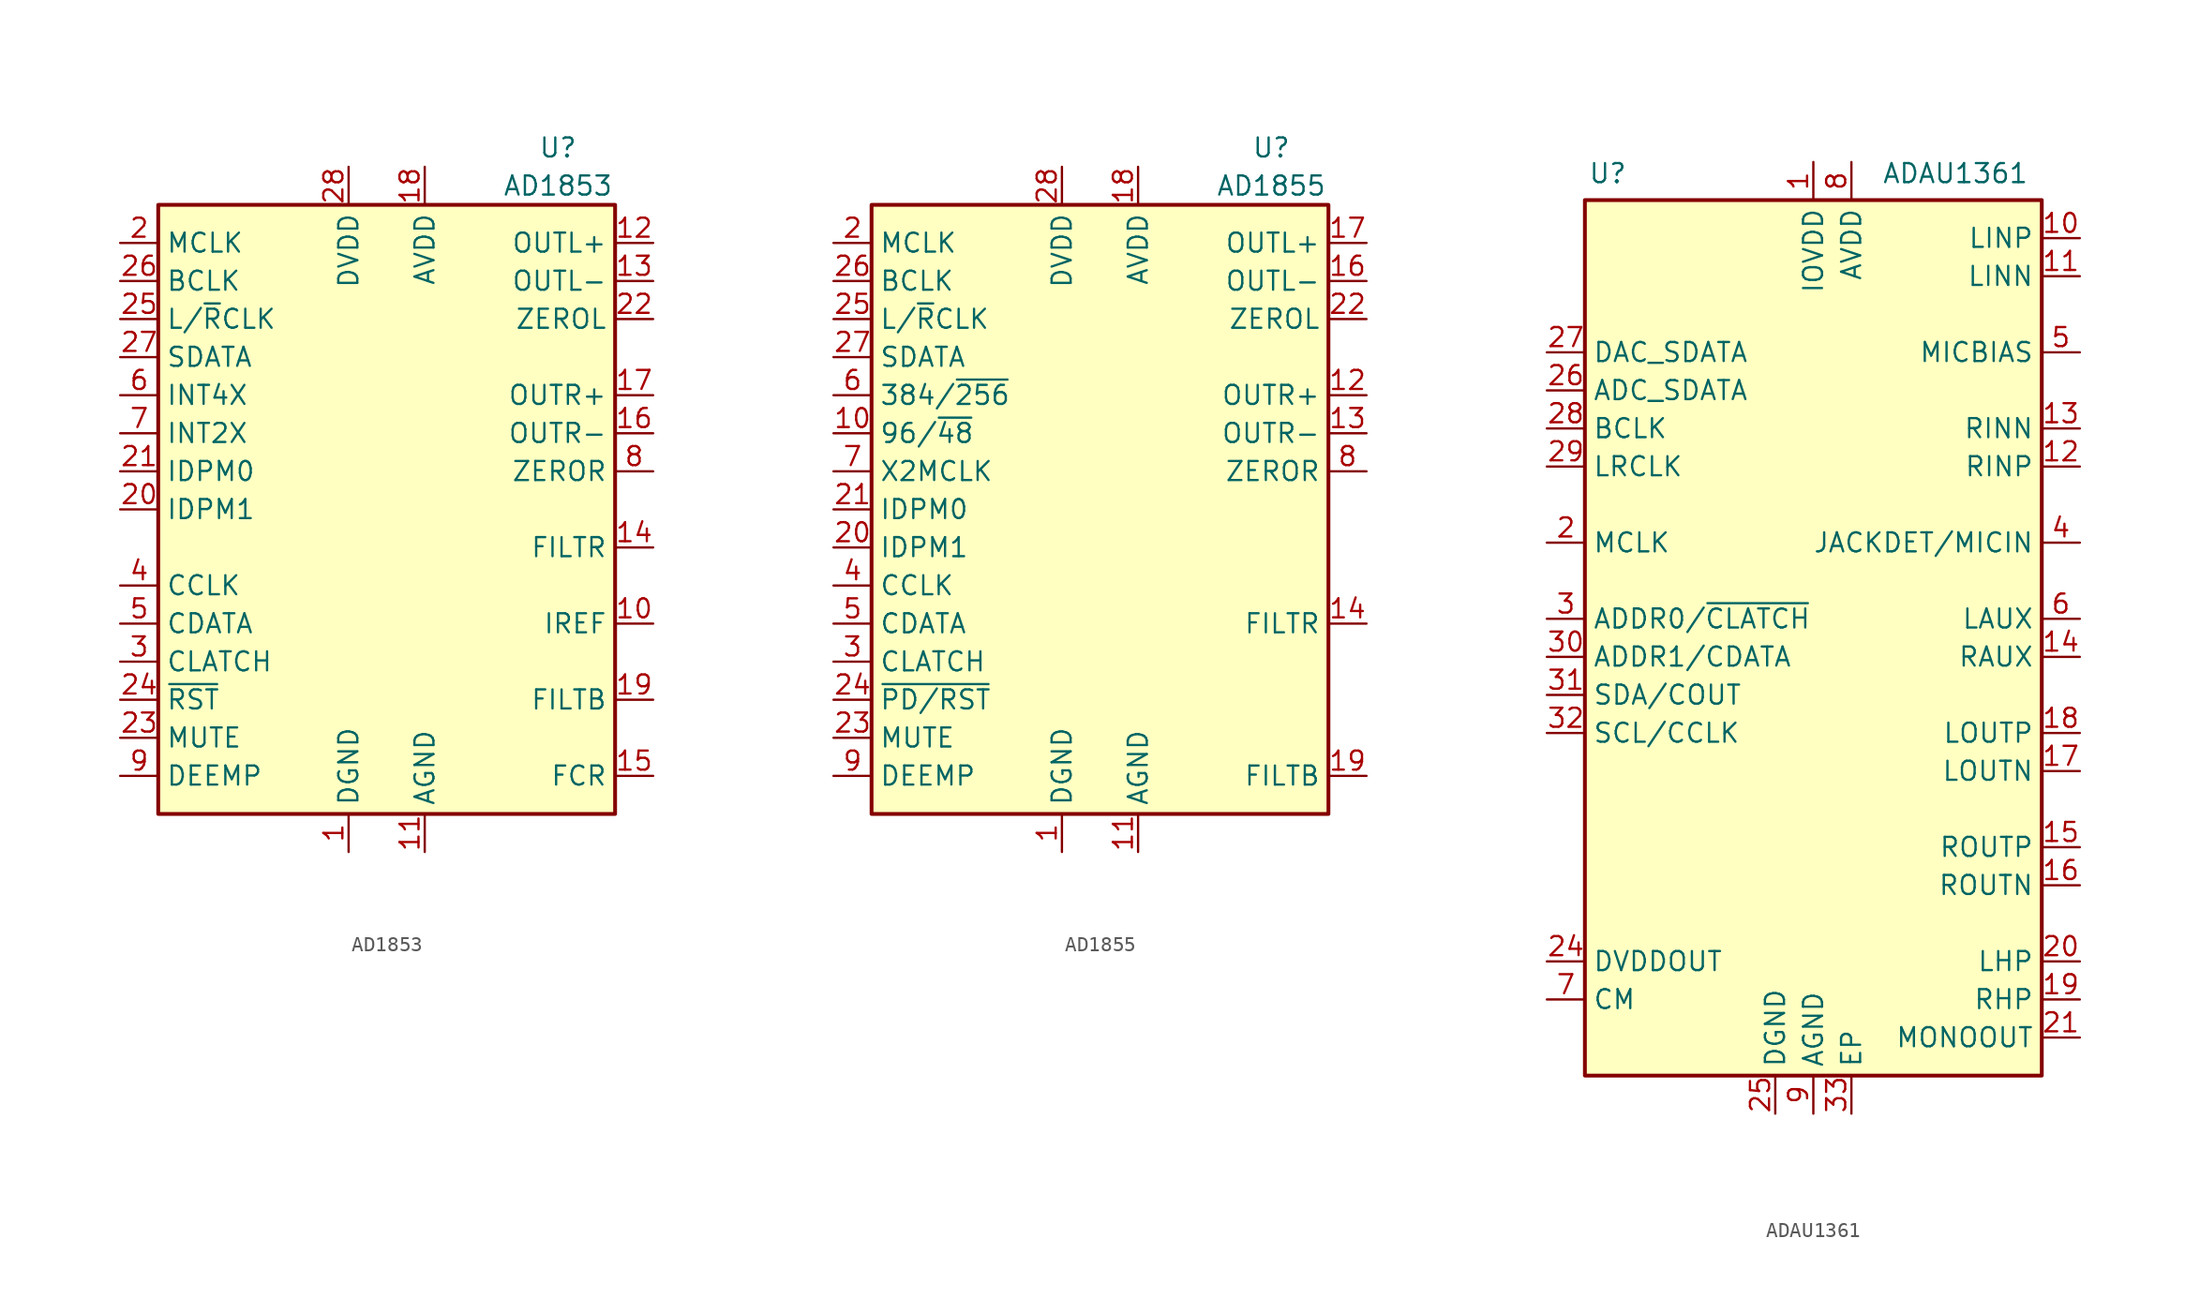
<source format=kicad_sym>
(kicad_symbol_lib
  (version 20241209)
  (generator "kicad_symbol_editor")
  (generator_version "9.0")
  (symbol "AD1853"
    (property "Reference" "U"
      (at 11.43 24.13 0)
      (effects (font (size 1.27 1.27))))
    (property "Value" "AD1853"
      (at 11.43 21.59 0)
      (effects (font (size 1.27 1.27))))
    (symbol "AD1853_0_1"
      (rectangle (start -15.24 20.32) (end 15.24 -20.32) (stroke (width 0.254) (type default)) (fill (type background))))
    (symbol "AD1853_1_1"
      (pin input line (at -17.78 17.78 0) (length 2.54) (name "MCLK" (effects (font (size 1.27 1.27)))) (number "2" (effects (font (size 1.27 1.27)))))
      (pin input line (at -17.78 15.24 0) (length 2.54) (name "BCLK" (effects (font (size 1.27 1.27)))) (number "26" (effects (font (size 1.27 1.27)))))
      (pin input line (at -17.78 12.7 0) (length 2.54) (name "L/~{R}CLK" (effects (font (size 1.27 1.27)))) (number "25" (effects (font (size 1.27 1.27)))))
      (pin input line (at -17.78 10.16 0) (length 2.54) (name "SDATA" (effects (font (size 1.27 1.27)))) (number "27" (effects (font (size 1.27 1.27)))))
      (pin input line (at -17.78 7.62 0) (length 2.54) (name "INT4X" (effects (font (size 1.27 1.27)))) (number "6" (effects (font (size 1.27 1.27)))))
      (pin input line (at -17.78 5.08 0) (length 2.54) (name "INT2X" (effects (font (size 1.27 1.27)))) (number "7" (effects (font (size 1.27 1.27)))))
      (pin input line (at -17.78 2.54 0) (length 2.54) (name "IDPM0" (effects (font (size 1.27 1.27)))) (number "21" (effects (font (size 1.27 1.27)))))
      (pin input line (at -17.78 0 0) (length 2.54) (name "IDPM1" (effects (font (size 1.27 1.27)))) (number "20" (effects (font (size 1.27 1.27)))))
      (pin input line (at -17.78 -5.08 0) (length 2.54) (name "CCLK" (effects (font (size 1.27 1.27)))) (number "4" (effects (font (size 1.27 1.27)))))
      (pin input line (at -17.78 -7.62 0) (length 2.54) (name "CDATA" (effects (font (size 1.27 1.27)))) (number "5" (effects (font (size 1.27 1.27)))))
      (pin input line (at -17.78 -10.16 0) (length 2.54) (name "CLATCH" (effects (font (size 1.27 1.27)))) (number "3" (effects (font (size 1.27 1.27)))))
      (pin input line (at -17.78 -12.7 0) (length 2.54) (name "~{RST}" (effects (font (size 1.27 1.27)))) (number "24" (effects (font (size 1.27 1.27)))))
      (pin input line (at -17.78 -15.24 0) (length 2.54) (name "MUTE" (effects (font (size 1.27 1.27)))) (number "23" (effects (font (size 1.27 1.27)))))
      (pin input line (at -17.78 -17.78 0) (length 2.54) (name "DEEMP" (effects (font (size 1.27 1.27)))) (number "9" (effects (font (size 1.27 1.27)))))
      (pin power_in line (at -2.54 22.86 270) (length 2.54) (name "DVDD" (effects (font (size 1.27 1.27)))) (number "28" (effects (font (size 1.27 1.27)))))
      (pin power_in line (at -2.54 -22.86 90) (length 2.54) (name "DGND" (effects (font (size 1.27 1.27)))) (number "1" (effects (font (size 1.27 1.27)))))
      (pin power_in line (at 2.54 22.86 270) (length 2.54) (name "AVDD" (effects (font (size 1.27 1.27)))) (number "18" (effects (font (size 1.27 1.27)))))
      (pin power_in line (at 2.54 -22.86 90) (length 2.54) (name "AGND" (effects (font (size 1.27 1.27)))) (number "11" (effects (font (size 1.27 1.27)))))
      (pin output line (at 17.78 17.78 180) (length 2.54) (name "OUTL+" (effects (font (size 1.27 1.27)))) (number "12" (effects (font (size 1.27 1.27)))))
      (pin output line (at 17.78 15.24 180) (length 2.54) (name "OUTL-" (effects (font (size 1.27 1.27)))) (number "13" (effects (font (size 1.27 1.27)))))
      (pin output line (at 17.78 12.7 180) (length 2.54) (name "ZEROL" (effects (font (size 1.27 1.27)))) (number "22" (effects (font (size 1.27 1.27)))))
      (pin output line (at 17.78 7.62 180) (length 2.54) (name "OUTR+" (effects (font (size 1.27 1.27)))) (number "17" (effects (font (size 1.27 1.27)))))
      (pin output line (at 17.78 5.08 180) (length 2.54) (name "OUTR-" (effects (font (size 1.27 1.27)))) (number "16" (effects (font (size 1.27 1.27)))))
      (pin output line (at 17.78 2.54 180) (length 2.54) (name "ZEROR" (effects (font (size 1.27 1.27)))) (number "8" (effects (font (size 1.27 1.27)))))
      (pin output line (at 17.78 -2.54 180) (length 2.54) (name "FILTR" (effects (font (size 1.27 1.27)))) (number "14" (effects (font (size 1.27 1.27)))))
      (pin passive line (at 17.78 -7.62 180) (length 2.54) (name "IREF" (effects (font (size 1.27 1.27)))) (number "10" (effects (font (size 1.27 1.27)))))
      (pin output line (at 17.78 -12.7 180) (length 2.54) (name "FILTB" (effects (font (size 1.27 1.27)))) (number "19" (effects (font (size 1.27 1.27)))))
      (pin output line (at 17.78 -17.78 180) (length 2.54) (name "FCR" (effects (font (size 1.27 1.27)))) (number "15" (effects (font (size 1.27 1.27)))))))
  (symbol "AD1855"
    (property "Reference" "U"
      (at 11.43 24.13 0)
      (effects (font (size 1.27 1.27))))
    (property "Value" "AD1855"
      (at 11.43 21.59 0)
      (effects (font (size 1.27 1.27))))
    (symbol "AD1855_0_1"
      (rectangle (start -15.24 20.32) (end 15.24 -20.32) (stroke (width 0.254) (type default)) (fill (type background))))
    (symbol "AD1855_1_1"
      (pin input line (at -17.78 17.78 0) (length 2.54) (name "MCLK" (effects (font (size 1.27 1.27)))) (number "2" (effects (font (size 1.27 1.27)))))
      (pin input line (at -17.78 15.24 0) (length 2.54) (name "BCLK" (effects (font (size 1.27 1.27)))) (number "26" (effects (font (size 1.27 1.27)))))
      (pin input line (at -17.78 12.7 0) (length 2.54) (name "L/~{R}CLK" (effects (font (size 1.27 1.27)))) (number "25" (effects (font (size 1.27 1.27)))))
      (pin input line (at -17.78 10.16 0) (length 2.54) (name "SDATA" (effects (font (size 1.27 1.27)))) (number "27" (effects (font (size 1.27 1.27)))))
      (pin input line (at -17.78 7.62 0) (length 2.54) (name "384/~{256}" (effects (font (size 1.27 1.27)))) (number "6" (effects (font (size 1.27 1.27)))))
      (pin input line (at -17.78 5.08 0) (length 2.54) (name "96/~{48}" (effects (font (size 1.27 1.27)))) (number "10" (effects (font (size 1.27 1.27)))))
      (pin input line (at -17.78 2.54 0) (length 2.54) (name "X2MCLK" (effects (font (size 1.27 1.27)))) (number "7" (effects (font (size 1.27 1.27)))))
      (pin input line (at -17.78 0 0) (length 2.54) (name "IDPM0" (effects (font (size 1.27 1.27)))) (number "21" (effects (font (size 1.27 1.27)))))
      (pin input line (at -17.78 -2.54 0) (length 2.54) (name "IDPM1" (effects (font (size 1.27 1.27)))) (number "20" (effects (font (size 1.27 1.27)))))
      (pin input line (at -17.78 -5.08 0) (length 2.54) (name "CCLK" (effects (font (size 1.27 1.27)))) (number "4" (effects (font (size 1.27 1.27)))))
      (pin input line (at -17.78 -7.62 0) (length 2.54) (name "CDATA" (effects (font (size 1.27 1.27)))) (number "5" (effects (font (size 1.27 1.27)))))
      (pin input line (at -17.78 -10.16 0) (length 2.54) (name "CLATCH" (effects (font (size 1.27 1.27)))) (number "3" (effects (font (size 1.27 1.27)))))
      (pin input line (at -17.78 -12.7 0) (length 2.54) (name "~{PD/RST}" (effects (font (size 1.27 1.27)))) (number "24" (effects (font (size 1.27 1.27)))))
      (pin input line (at -17.78 -15.24 0) (length 2.54) (name "MUTE" (effects (font (size 1.27 1.27)))) (number "23" (effects (font (size 1.27 1.27)))))
      (pin input line (at -17.78 -17.78 0) (length 2.54) (name "DEEMP" (effects (font (size 1.27 1.27)))) (number "9" (effects (font (size 1.27 1.27)))))
      (pin power_in line (at -2.54 22.86 270) (length 2.54) (name "DVDD" (effects (font (size 1.27 1.27)))) (number "28" (effects (font (size 1.27 1.27)))))
      (pin power_in line (at -2.54 -22.86 90) (length 2.54) (name "DGND" (effects (font (size 1.27 1.27)))) (number "1" (effects (font (size 1.27 1.27)))))
      (pin power_in line (at 2.54 22.86 270) (length 2.54) (name "AVDD" (effects (font (size 1.27 1.27)))) (number "18" (effects (font (size 1.27 1.27)))))
      (pin power_in line (at 2.54 -22.86 90) (length 2.54) (name "AGND" (effects (font (size 1.27 1.27)))) (number "11" (effects (font (size 1.27 1.27)))))
      (pin passive line (at 2.54 -22.86 90) (length 2.54) (hide yes) (name "AGND" (effects (font (size 1.27 1.27)))) (number "15" (effects (font (size 1.27 1.27)))))
      (pin output line (at 17.78 17.78 180) (length 2.54) (name "OUTL+" (effects (font (size 1.27 1.27)))) (number "17" (effects (font (size 1.27 1.27)))))
      (pin output line (at 17.78 15.24 180) (length 2.54) (name "OUTL-" (effects (font (size 1.27 1.27)))) (number "16" (effects (font (size 1.27 1.27)))))
      (pin output line (at 17.78 12.7 180) (length 2.54) (name "ZEROL" (effects (font (size 1.27 1.27)))) (number "22" (effects (font (size 1.27 1.27)))))
      (pin output line (at 17.78 7.62 180) (length 2.54) (name "OUTR+" (effects (font (size 1.27 1.27)))) (number "12" (effects (font (size 1.27 1.27)))))
      (pin output line (at 17.78 5.08 180) (length 2.54) (name "OUTR-" (effects (font (size 1.27 1.27)))) (number "13" (effects (font (size 1.27 1.27)))))
      (pin output line (at 17.78 2.54 180) (length 2.54) (name "ZEROR" (effects (font (size 1.27 1.27)))) (number "8" (effects (font (size 1.27 1.27)))))
      (pin output line (at 17.78 -7.62 180) (length 2.54) (name "FILTR" (effects (font (size 1.27 1.27)))) (number "14" (effects (font (size 1.27 1.27)))))
      (pin output line (at 17.78 -17.78 180) (length 2.54) (name "FILTB" (effects (font (size 1.27 1.27)))) (number "19" (effects (font (size 1.27 1.27)))))))
  (symbol "ADAU1361"
    (property "Reference" "U"
      (at -13.716 29.718 0)
      (effects (font (size 1.27 1.27))))
    (property "Value" "ADAU1361"
      (at 4.572 29.718 0)
      (effects (font (size 1.27 1.27)) (justify left)))
    (symbol "ADAU1361_0_1"
      (rectangle (start -15.24 27.94) (end 15.24 -30.48) (stroke (width 0.254) (type default)) (fill (type background))))
    (symbol "ADAU1361_1_1"
      (pin input line (at -17.78 17.78 0) (length 2.54) (name "DAC_SDATA" (effects (font (size 1.27 1.27)))) (number "27" (effects (font (size 1.27 1.27)))))
      (pin output line (at -17.78 15.24 0) (length 2.54) (name "ADC_SDATA" (effects (font (size 1.27 1.27)))) (number "26" (effects (font (size 1.27 1.27)))))
      (pin bidirectional line (at -17.78 12.7 0) (length 2.54) (name "BCLK" (effects (font (size 1.27 1.27)))) (number "28" (effects (font (size 1.27 1.27)))))
      (pin bidirectional line (at -17.78 10.16 0) (length 2.54) (name "LRCLK" (effects (font (size 1.27 1.27)))) (number "29" (effects (font (size 1.27 1.27)))))
      (pin input line (at -17.78 5.08 0) (length 2.54) (name "MCLK" (effects (font (size 1.27 1.27)))) (number "2" (effects (font (size 1.27 1.27)))))
      (pin input line (at -17.78 0 0) (length 2.54) (name "ADDR0/~{CLATCH}" (effects (font (size 1.27 1.27)))) (number "3" (effects (font (size 1.27 1.27)))) (alternate "ADDR0" input line) (alternate "~{CLATCH}" input line))
      (pin input line (at -17.78 -2.54 0) (length 2.54) (name "ADDR1/CDATA" (effects (font (size 1.27 1.27)))) (number "30" (effects (font (size 1.27 1.27)))) (alternate "ADDR1" input line) (alternate "CDATA" input line))
      (pin bidirectional line (at -17.78 -5.08 0) (length 2.54) (name "SDA/COUT" (effects (font (size 1.27 1.27)))) (number "31" (effects (font (size 1.27 1.27)))) (alternate "COUT" tri_state line) (alternate "SDA" bidirectional line))
      (pin input line (at -17.78 -7.62 0) (length 2.54) (name "SCL/CCLK" (effects (font (size 1.27 1.27)))) (number "32" (effects (font (size 1.27 1.27)))) (alternate "CCLK" input line) (alternate "SCL" input line))
      (pin power_out line (at -17.78 -22.86 0) (length 2.54) (name "DVDDOUT" (effects (font (size 1.27 1.27)))) (number "24" (effects (font (size 1.27 1.27)))))
      (pin output line (at -17.78 -25.4 0) (length 2.54) (name "CM" (effects (font (size 1.27 1.27)))) (number "7" (effects (font (size 1.27 1.27)))))
      (pin power_in line (at -2.54 -33.02 90) (length 2.54) (name "DGND" (effects (font (size 1.27 1.27)))) (number "25" (effects (font (size 1.27 1.27)))))
      (pin power_in line (at 0 30.48 270) (length 2.54) (name "IOVDD" (effects (font (size 1.27 1.27)))) (number "1" (effects (font (size 1.27 1.27)))))
      (pin passive line (at 0 -33.02 90) (length 2.54) (hide yes) (name "AGND" (effects (font (size 1.27 1.27)))) (number "22" (effects (font (size 1.27 1.27)))))
      (pin power_in line (at 0 -33.02 90) (length 2.54) (name "AGND" (effects (font (size 1.27 1.27)))) (number "9" (effects (font (size 1.27 1.27)))))
      (pin passive line (at 2.54 30.48 270) (length 2.54) (hide yes) (name "AVDD" (effects (font (size 1.27 1.27)))) (number "23" (effects (font (size 1.27 1.27)))))
      (pin power_in line (at 2.54 30.48 270) (length 2.54) (name "AVDD" (effects (font (size 1.27 1.27)))) (number "8" (effects (font (size 1.27 1.27)))))
      (pin power_in line (at 2.54 -33.02 90) (length 2.54) (name "EP" (effects (font (size 1.27 1.27)))) (number "33" (effects (font (size 1.27 1.27)))))
      (pin input line (at 17.78 25.4 180) (length 2.54) (name "LINP" (effects (font (size 1.27 1.27)))) (number "10" (effects (font (size 1.27 1.27)))))
      (pin input line (at 17.78 22.86 180) (length 2.54) (name "LINN" (effects (font (size 1.27 1.27)))) (number "11" (effects (font (size 1.27 1.27)))))
      (pin output line (at 17.78 17.78 180) (length 2.54) (name "MICBIAS" (effects (font (size 1.27 1.27)))) (number "5" (effects (font (size 1.27 1.27)))))
      (pin input line (at 17.78 12.7 180) (length 2.54) (name "RINN" (effects (font (size 1.27 1.27)))) (number "13" (effects (font (size 1.27 1.27)))))
      (pin input line (at 17.78 10.16 180) (length 2.54) (name "RINP" (effects (font (size 1.27 1.27)))) (number "12" (effects (font (size 1.27 1.27)))))
      (pin input line (at 17.78 5.08 180) (length 2.54) (name "JACKDET/MICIN" (effects (font (size 1.27 1.27)))) (number "4" (effects (font (size 1.27 1.27)))) (alternate "JACKDET" input line) (alternate "MICIN" input line))
      (pin input line (at 17.78 0 180) (length 2.54) (name "LAUX" (effects (font (size 1.27 1.27)))) (number "6" (effects (font (size 1.27 1.27)))))
      (pin input line (at 17.78 -2.54 180) (length 2.54) (name "RAUX" (effects (font (size 1.27 1.27)))) (number "14" (effects (font (size 1.27 1.27)))))
      (pin output line (at 17.78 -7.62 180) (length 2.54) (name "LOUTP" (effects (font (size 1.27 1.27)))) (number "18" (effects (font (size 1.27 1.27)))))
      (pin output line (at 17.78 -10.16 180) (length 2.54) (name "LOUTN" (effects (font (size 1.27 1.27)))) (number "17" (effects (font (size 1.27 1.27)))))
      (pin output line (at 17.78 -15.24 180) (length 2.54) (name "ROUTP" (effects (font (size 1.27 1.27)))) (number "15" (effects (font (size 1.27 1.27)))))
      (pin output line (at 17.78 -17.78 180) (length 2.54) (name "ROUTN" (effects (font (size 1.27 1.27)))) (number "16" (effects (font (size 1.27 1.27)))))
      (pin output line (at 17.78 -22.86 180) (length 2.54) (name "LHP" (effects (font (size 1.27 1.27)))) (number "20" (effects (font (size 1.27 1.27)))))
      (pin output line (at 17.78 -25.4 180) (length 2.54) (name "RHP" (effects (font (size 1.27 1.27)))) (number "19" (effects (font (size 1.27 1.27)))))
      (pin output line (at 17.78 -27.94 180) (length 2.54) (name "MONOOUT" (effects (font (size 1.27 1.27)))) (number "21" (effects (font (size 1.27 1.27))))))))
</source>
